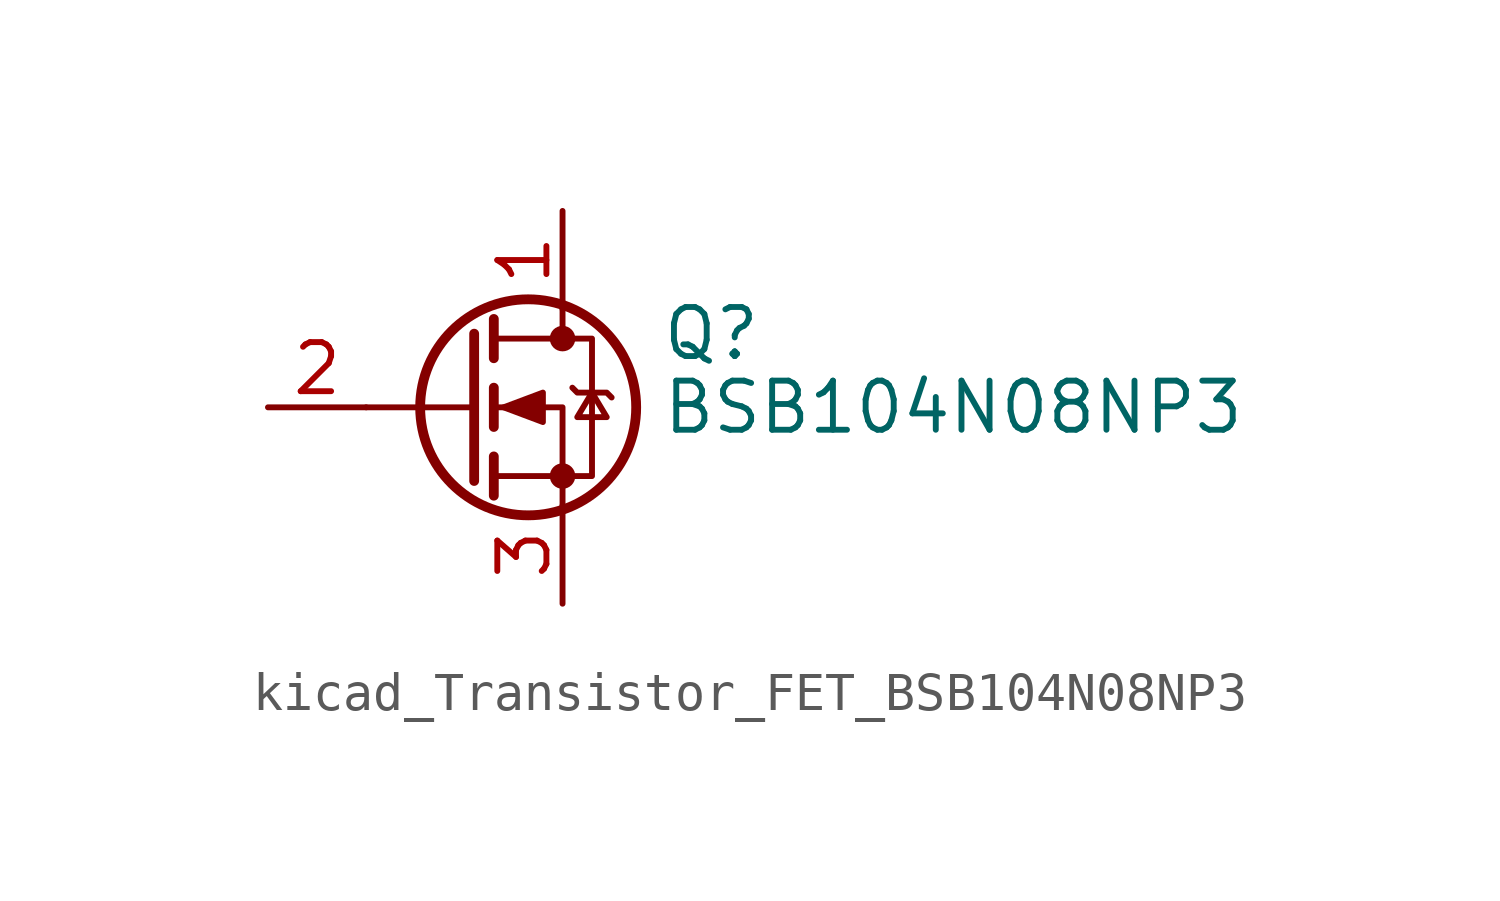
<source format=kicad_sym>
(kicad_symbol_lib
  (version 20220914)
  (generator kicad_symbol_editor)
  (symbol "kicad_Transistor_FET_BSB104N08NP3"
    (pin_names hide)
    (property "Reference" "Q"
      (at 5.08 1.905 0)
      (effects (font (size 1.27 1.27)) (justify left)))
    (property "Value" "BSB104N08NP3"
      (at 5.08 0 0)
      (effects (font (size 1.27 1.27)) (justify left)))
    (symbol "kicad_Transistor_FET_BSB104N08NP3_0_1"
      (polyline (pts (xy 0.254 0) (xy -2.54 0)) (stroke (width 0) (type default)) (fill (type none)))
      (polyline (pts (xy 0.254 1.905) (xy 0.254 -1.905)) (stroke (width 0.254) (type default)) (fill (type none)))
      (polyline (pts (xy 0.762 -1.27) (xy 0.762 -2.286)) (stroke (width 0.254) (type default)) (fill (type none)))
      (polyline (pts (xy 0.762 0.508) (xy 0.762 -0.508)) (stroke (width 0.254) (type default)) (fill (type none)))
      (polyline (pts (xy 0.762 2.286) (xy 0.762 1.27)) (stroke (width 0.254) (type default)) (fill (type none)))
      (polyline (pts (xy 2.54 2.54) (xy 2.54 1.778)) (stroke (width 0) (type default)) (fill (type none)))
      (polyline (pts (xy 2.54 -2.54) (xy 2.54 0) (xy 0.762 0)) (stroke (width 0) (type default)) (fill (type none)))
      (polyline (pts (xy 0.762 -1.778) (xy 3.302 -1.778) (xy 3.302 1.778) (xy 0.762 1.778)) (stroke (width 0) (type default)) (fill (type none)))
      (polyline (pts (xy 1.016 0) (xy 2.032 0.381) (xy 2.032 -0.381) (xy 1.016 0)) (stroke (width 0) (type default)) (fill (type outline)))
      (polyline (pts (xy 2.794 0.508) (xy 2.921 0.381) (xy 3.683 0.381) (xy 3.81 0.254)) (stroke (width 0) (type default)) (fill (type none)))
      (polyline (pts (xy 3.302 0.381) (xy 2.921 -0.254) (xy 3.683 -0.254) (xy 3.302 0.381)) (stroke (width 0) (type default)) (fill (type none)))
      (circle (center 1.651 0) (radius 2.794) (stroke (width 0.254) (type default)) (fill (type none)))
      (circle (center 2.54 -1.778) (radius 0.254) (stroke (width 0) (type default)) (fill (type outline)))
      (circle (center 2.54 1.778) (radius 0.254) (stroke (width 0) (type default)) (fill (type outline))))
    (symbol "kicad_Transistor_FET_BSB104N08NP3_1_1"
      (pin passive line (at 2.54 5.08 270) (length 2.54) (name "D" (effects (font (size 1.27 1.27)))) (number "1" (effects (font (size 1.27 1.27)))))
      (pin input line (at -5.08 0 0) (length 2.54) (name "G" (effects (font (size 1.27 1.27)))) (number "2" (effects (font (size 1.27 1.27)))))
      (pin passive line (at 2.54 -5.08 90) (length 2.54) (name "S" (effects (font (size 1.27 1.27)))) (number "3" (effects (font (size 1.27 1.27))))))))
</source>
